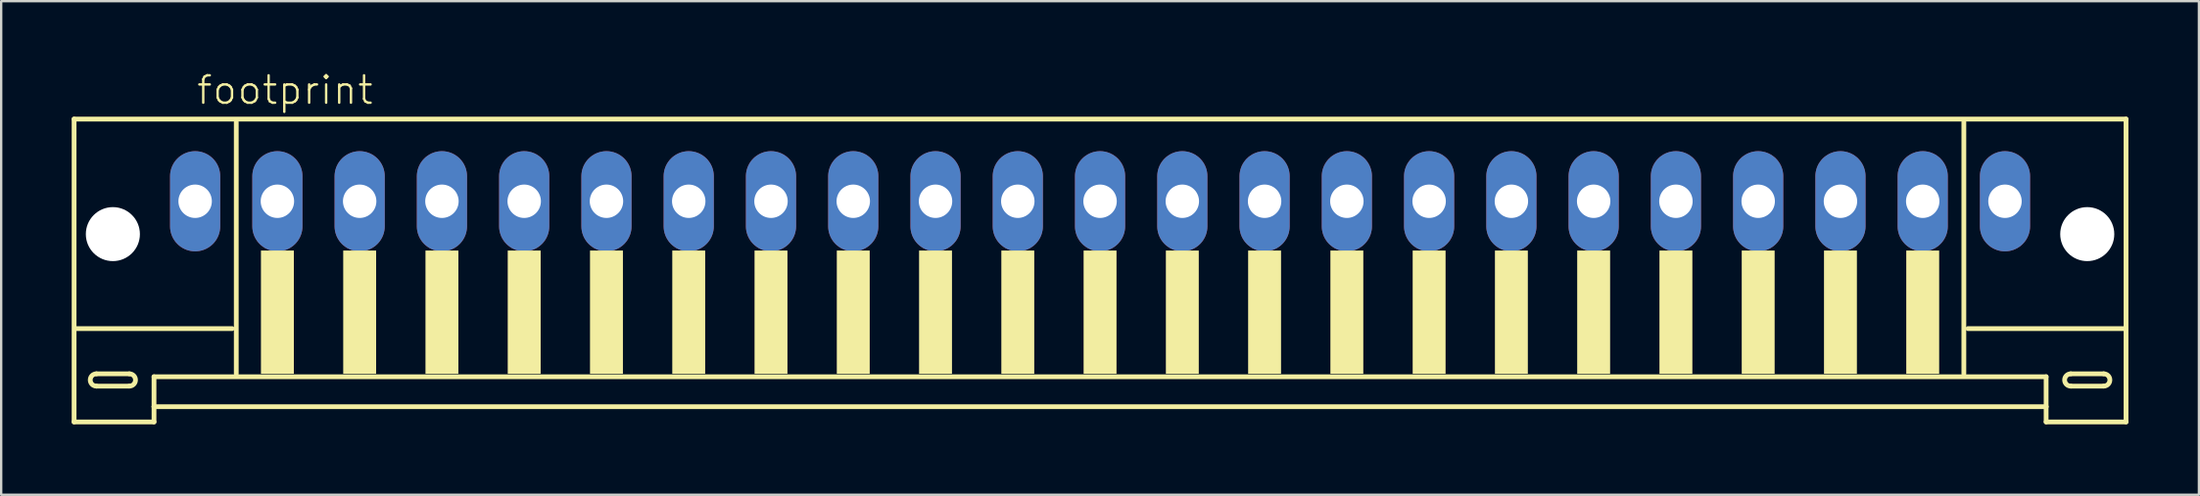
<source format=kicad_pcb>
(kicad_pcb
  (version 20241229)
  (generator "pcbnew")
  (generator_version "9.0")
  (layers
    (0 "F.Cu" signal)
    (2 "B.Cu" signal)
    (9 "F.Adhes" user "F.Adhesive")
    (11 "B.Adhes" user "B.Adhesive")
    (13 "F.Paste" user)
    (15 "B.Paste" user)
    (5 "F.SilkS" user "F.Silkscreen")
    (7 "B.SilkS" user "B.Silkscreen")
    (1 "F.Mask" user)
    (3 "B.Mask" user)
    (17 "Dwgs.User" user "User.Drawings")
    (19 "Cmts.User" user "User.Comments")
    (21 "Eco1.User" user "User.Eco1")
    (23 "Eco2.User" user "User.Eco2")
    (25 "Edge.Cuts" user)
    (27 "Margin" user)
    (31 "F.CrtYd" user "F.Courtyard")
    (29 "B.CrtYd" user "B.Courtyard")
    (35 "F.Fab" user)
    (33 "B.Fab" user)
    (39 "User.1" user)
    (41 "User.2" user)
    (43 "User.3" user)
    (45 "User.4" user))
  (footprint "footprint"
    (layer "F.Cu")
    (at 43.752 7.273)
    (property "Reference" "footprint" (at -38.5 -5.8 0) (layer "F.SilkS") (effects (font (size 1.168 1.168) (thickness 0.102)) (justify left bottom)))
    (fp_line (start -43.65 -5.25) (end -43.65 7.65) (stroke (width 0.203) (type solid)) (layer "F.SilkS"))
    (fp_line (start -43.65 7.65) (end -40.25 7.65) (stroke (width 0.203) (type solid)) (layer "F.SilkS"))
    (fp_line (start -42.7 5.6) (end -41.3 5.6) (stroke (width 0.203) (type solid)) (layer "F.SilkS"))
    (fp_line (start -41.3 6.125) (end -42.7 6.125) (stroke (width 0.203) (type solid)) (layer "F.SilkS"))
    (fp_line (start -40.25 5.725) (end 40.25 5.725) (stroke (width 0.203) (type solid)) (layer "F.SilkS"))
    (fp_line (start -40.25 7) (end -40.25 5.725) (stroke (width 0.203) (type solid)) (layer "F.SilkS"))
    (fp_line (start -40.25 7) (end 40.25 7) (stroke (width 0.203) (type solid)) (layer "F.SilkS"))
    (fp_line (start -40.25 7.65) (end -40.25 7) (stroke (width 0.203) (type solid)) (layer "F.SilkS"))
    (fp_line (start -36.925 3.675) (end -43.575 3.675) (stroke (width 0.203) (type solid)) (layer "F.SilkS"))
    (fp_line (start -36.75 -5.125) (end -36.75 5.6) (stroke (width 0.203) (type solid)) (layer "F.SilkS"))
    (fp_line (start 36.75 5.6) (end 36.75 -5.125) (stroke (width 0.203) (type solid)) (layer "F.SilkS"))
    (fp_line (start 40.25 5.725) (end 40.25 7) (stroke (width 0.203) (type solid)) (layer "F.SilkS"))
    (fp_line (start 40.25 7) (end 40.25 7.65) (stroke (width 0.203) (type solid)) (layer "F.SilkS"))
    (fp_line (start 40.25 7.65) (end 43.65 7.65) (stroke (width 0.203) (type solid)) (layer "F.SilkS"))
    (fp_line (start 41.3 5.6) (end 42.7 5.6) (stroke (width 0.203) (type solid)) (layer "F.SilkS"))
    (fp_line (start 42.7 6.125) (end 41.3 6.125) (stroke (width 0.203) (type solid)) (layer "F.SilkS"))
    (fp_line (start 43.575 3.675) (end 36.925 3.675) (stroke (width 0.203) (type solid)) (layer "F.SilkS"))
    (fp_line (start 43.65 -5.25) (end -43.65 -5.25) (stroke (width 0.203) (type solid)) (layer "F.SilkS"))
    (fp_line (start 43.65 7.65) (end 43.65 -5.25) (stroke (width 0.203) (type solid)) (layer "F.SilkS"))
    (fp_arc (start -42.7 6.125) (mid -42.9625 5.8625) (end -42.7 5.6) (stroke (width 0.2032) (type solid)) (layer "F.SilkS"))
    (fp_arc (start -41.3 5.6) (mid -41.0375 5.8625) (end -41.3 6.125) (stroke (width 0.2032) (type solid)) (layer "F.SilkS"))
    (fp_arc (start 41.3 6.125) (mid 41.0375 5.8625) (end 41.3 5.6) (stroke (width 0.2032) (type solid)) (layer "F.SilkS"))
    (fp_arc (start 42.7 5.6) (mid 42.9625 5.8625) (end 42.7 6.125) (stroke (width 0.2032) (type solid)) (layer "F.SilkS"))
    (fp_poly (pts (xy -35.7 5.6) (xy -34.3 5.6) (xy -34.3 0.35) (xy -35.7 0.35)) (stroke (width 0) (type solid)) (fill yes) (layer "F.SilkS"))
    (fp_poly (pts (xy -32.2 5.6) (xy -30.8 5.6) (xy -30.8 0.35) (xy -32.2 0.35)) (stroke (width 0) (type solid)) (fill yes) (layer "F.SilkS"))
    (fp_poly (pts (xy -28.7 5.6) (xy -27.3 5.6) (xy -27.3 0.35) (xy -28.7 0.35)) (stroke (width 0) (type solid)) (fill yes) (layer "F.SilkS"))
    (fp_poly (pts (xy -25.2 5.6) (xy -23.8 5.6) (xy -23.8 0.35) (xy -25.2 0.35)) (stroke (width 0) (type solid)) (fill yes) (layer "F.SilkS"))
    (fp_poly (pts (xy -21.7 5.6) (xy -20.3 5.6) (xy -20.3 0.35) (xy -21.7 0.35)) (stroke (width 0) (type solid)) (fill yes) (layer "F.SilkS"))
    (fp_poly (pts (xy -18.2 5.6) (xy -16.8 5.6) (xy -16.8 0.35) (xy -18.2 0.35)) (stroke (width 0) (type solid)) (fill yes) (layer "F.SilkS"))
    (fp_poly (pts (xy -14.7 5.6) (xy -13.3 5.6) (xy -13.3 0.35) (xy -14.7 0.35)) (stroke (width 0) (type solid)) (fill yes) (layer "F.SilkS"))
    (fp_poly (pts (xy -11.2 5.6) (xy -9.8 5.6) (xy -9.8 0.35) (xy -11.2 0.35)) (stroke (width 0) (type solid)) (fill yes) (layer "F.SilkS"))
    (fp_poly (pts (xy -7.7 5.6) (xy -6.3 5.6) (xy -6.3 0.35) (xy -7.7 0.35)) (stroke (width 0) (type solid)) (fill yes) (layer "F.SilkS"))
    (fp_poly (pts (xy -4.2 5.6) (xy -2.8 5.6) (xy -2.8 0.35) (xy -4.2 0.35)) (stroke (width 0) (type solid)) (fill yes) (layer "F.SilkS"))
    (fp_poly (pts (xy -0.7 5.6) (xy 0.7 5.6) (xy 0.7 0.35) (xy -0.7 0.35)) (stroke (width 0) (type solid)) (fill yes) (layer "F.SilkS"))
    (fp_poly (pts (xy 2.8 5.6) (xy 4.2 5.6) (xy 4.2 0.35) (xy 2.8 0.35)) (stroke (width 0) (type solid)) (fill yes) (layer "F.SilkS"))
    (fp_poly (pts (xy 6.3 5.6) (xy 7.7 5.6) (xy 7.7 0.35) (xy 6.3 0.35)) (stroke (width 0) (type solid)) (fill yes) (layer "F.SilkS"))
    (fp_poly (pts (xy 9.8 5.6) (xy 11.2 5.6) (xy 11.2 0.35) (xy 9.8 0.35)) (stroke (width 0) (type solid)) (fill yes) (layer "F.SilkS"))
    (fp_poly (pts (xy 13.3 5.6) (xy 14.7 5.6) (xy 14.7 0.35) (xy 13.3 0.35)) (stroke (width 0) (type solid)) (fill yes) (layer "F.SilkS"))
    (fp_poly (pts (xy 16.8 5.6) (xy 18.2 5.6) (xy 18.2 0.35) (xy 16.8 0.35)) (stroke (width 0) (type solid)) (fill yes) (layer "F.SilkS"))
    (fp_poly (pts (xy 20.3 5.6) (xy 21.7 5.6) (xy 21.7 0.35) (xy 20.3 0.35)) (stroke (width 0) (type solid)) (fill yes) (layer "F.SilkS"))
    (fp_poly (pts (xy 23.8 5.6) (xy 25.2 5.6) (xy 25.2 0.35) (xy 23.8 0.35)) (stroke (width 0) (type solid)) (fill yes) (layer "F.SilkS"))
    (fp_poly (pts (xy 27.3 5.6) (xy 28.7 5.6) (xy 28.7 0.35) (xy 27.3 0.35)) (stroke (width 0) (type solid)) (fill yes) (layer "F.SilkS"))
    (fp_poly (pts (xy 30.8 5.6) (xy 32.2 5.6) (xy 32.2 0.35) (xy 30.8 0.35)) (stroke (width 0) (type solid)) (fill yes) (layer "F.SilkS"))
    (fp_poly (pts (xy 34.3 5.6) (xy 35.7 5.6) (xy 35.7 0.35) (xy 34.3 0.35)) (stroke (width 0) (type solid)) (fill yes) (layer "F.SilkS"))
    (pad "" np_thru_hole circle (at -42 -0.35) (size 2.3 2.3) (drill 2.3) (layers "*.Cu" "*.Mask"))
    (pad "" np_thru_hole circle (at 42 -0.35) (size 2.3 2.3) (drill 2.3) (layers "*.Cu" "*.Mask"))
    (pad "1" thru_hole oval (at -38.5 -1.75 90) (size 4.267 2.134) (drill 1.422) (layers "*.Cu" "*.Mask"))
    (pad "2" thru_hole oval (at -35 -1.75 90) (size 4.267 2.134) (drill 1.422) (layers "*.Cu" "*.Mask"))
    (pad "3" thru_hole oval (at -31.5 -1.75 90) (size 4.267 2.134) (drill 1.422) (layers "*.Cu" "*.Mask"))
    (pad "4" thru_hole oval (at -28 -1.75 90) (size 4.267 2.134) (drill 1.422) (layers "*.Cu" "*.Mask"))
    (pad "5" thru_hole oval (at -24.5 -1.75 90) (size 4.267 2.134) (drill 1.422) (layers "*.Cu" "*.Mask"))
    (pad "6" thru_hole oval (at -21 -1.75 90) (size 4.267 2.134) (drill 1.422) (layers "*.Cu" "*.Mask"))
    (pad "7" thru_hole oval (at -17.5 -1.75 90) (size 4.267 2.134) (drill 1.422) (layers "*.Cu" "*.Mask"))
    (pad "8" thru_hole oval (at -14 -1.75 90) (size 4.267 2.134) (drill 1.422) (layers "*.Cu" "*.Mask"))
    (pad "9" thru_hole oval (at -10.5 -1.75 90) (size 4.267 2.134) (drill 1.422) (layers "*.Cu" "*.Mask"))
    (pad "10" thru_hole oval (at -7 -1.75 90) (size 4.267 2.134) (drill 1.422) (layers "*.Cu" "*.Mask"))
    (pad "11" thru_hole oval (at -3.5 -1.75 90) (size 4.267 2.134) (drill 1.422) (layers "*.Cu" "*.Mask"))
    (pad "12" thru_hole oval (at 0 -1.75 90) (size 4.267 2.134) (drill 1.422) (layers "*.Cu" "*.Mask"))
    (pad "13" thru_hole oval (at 3.5 -1.75 90) (size 4.267 2.134) (drill 1.422) (layers "*.Cu" "*.Mask"))
    (pad "14" thru_hole oval (at 7 -1.75 90) (size 4.267 2.134) (drill 1.422) (layers "*.Cu" "*.Mask"))
    (pad "15" thru_hole oval (at 10.5 -1.75 90) (size 4.267 2.134) (drill 1.422) (layers "*.Cu" "*.Mask"))
    (pad "16" thru_hole oval (at 14 -1.75 90) (size 4.267 2.134) (drill 1.422) (layers "*.Cu" "*.Mask"))
    (pad "17" thru_hole oval (at 17.5 -1.75 90) (size 4.267 2.134) (drill 1.422) (layers "*.Cu" "*.Mask"))
    (pad "18" thru_hole oval (at 21 -1.75 90) (size 4.267 2.134) (drill 1.422) (layers "*.Cu" "*.Mask"))
    (pad "19" thru_hole oval (at 24.5 -1.75 90) (size 4.267 2.134) (drill 1.422) (layers "*.Cu" "*.Mask"))
    (pad "20" thru_hole oval (at 28 -1.75 90) (size 4.267 2.134) (drill 1.422) (layers "*.Cu" "*.Mask"))
    (pad "21" thru_hole oval (at 31.5 -1.75 90) (size 4.267 2.134) (drill 1.422) (layers "*.Cu" "*.Mask"))
    (pad "22" thru_hole oval (at 35 -1.75 90) (size 4.267 2.134) (drill 1.422) (layers "*.Cu" "*.Mask"))
    (pad "23" thru_hole oval (at 38.5 -1.75 90) (size 4.267 2.134) (drill 1.422) (layers "*.Cu" "*.Mask")))
  (gr_rect
    (start -3 -3)
    (end 90.503 18.025)
    (stroke (width 0.1) (type default))
    (fill no)
    (layer "Edge.Cuts")))
</source>
